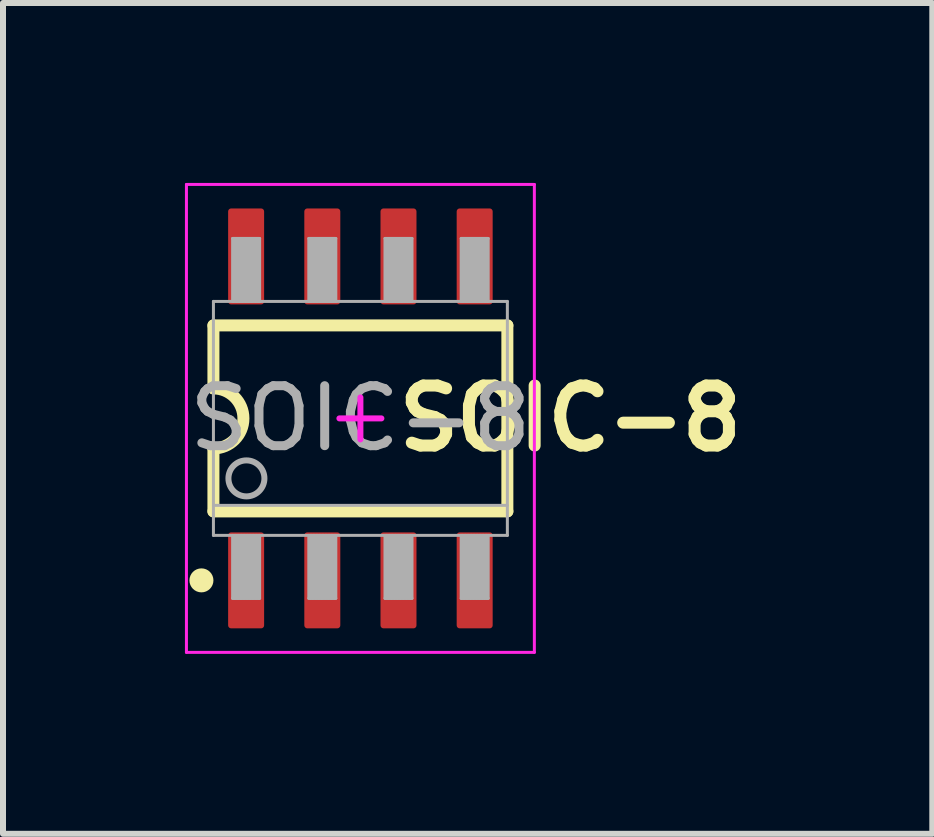
<source format=kicad_pcb>
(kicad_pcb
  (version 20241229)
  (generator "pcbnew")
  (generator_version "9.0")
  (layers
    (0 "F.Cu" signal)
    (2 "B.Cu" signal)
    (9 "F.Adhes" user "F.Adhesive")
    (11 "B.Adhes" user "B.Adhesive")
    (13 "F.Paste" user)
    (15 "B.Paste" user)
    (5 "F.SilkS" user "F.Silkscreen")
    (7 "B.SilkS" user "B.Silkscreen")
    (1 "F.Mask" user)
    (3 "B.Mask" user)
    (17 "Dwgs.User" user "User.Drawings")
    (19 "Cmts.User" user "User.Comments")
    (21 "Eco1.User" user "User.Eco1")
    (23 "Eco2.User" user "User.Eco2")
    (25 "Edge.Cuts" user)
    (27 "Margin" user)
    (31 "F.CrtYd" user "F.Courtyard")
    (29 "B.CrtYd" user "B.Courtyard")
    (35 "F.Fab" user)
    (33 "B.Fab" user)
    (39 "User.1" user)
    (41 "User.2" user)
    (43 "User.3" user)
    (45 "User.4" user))
  (footprint "SOIC-8"
    (layer "F.Cu")
    (at 2.958 3.925)
    (property "Reference" "SOIC-8" (at 3.5 0 0) (layer "F.SilkS") (effects (font (size 1 1) (thickness 0.2))))
    (attr through_hole)
    (fp_line (start -2.255 -3.45) (end -2.255 -1.95) (stroke (width 0.1) (type solid)) (layer "F.Mask"))
    (fp_line (start -2.205 -2.1) (end -2.205 -3) (stroke (width 0.1) (type solid)) (layer "F.Mask"))
    (fp_arc (start -2.254825 -3.45) (mid -2.225598 -3.520649) (end -2.155 -3.55) (stroke (width 0.1) (type solid)) (layer "F.Mask"))
    (fp_arc (start -2.155 -1.85) (mid -2.225649 -1.879227) (end -2.255 -1.949825) (stroke (width 0.1) (type solid)) (layer "F.Mask"))
    (fp_line (start -2.45 -1.55) (end 2.45 -1.55) (stroke (width 0.2) (type solid)) (layer "F.SilkS"))
    (fp_line (start -2.45 -0.5) (end -2.45 -1.55) (stroke (width 0.2) (type solid)) (layer "F.SilkS"))
    (fp_line (start -2.45 1.55) (end -2.45 0.5) (stroke (width 0.2) (type solid)) (layer "F.SilkS"))
    (fp_line (start 2.45 -1.55) (end 2.45 1.55) (stroke (width 0.2) (type solid)) (layer "F.SilkS"))
    (fp_line (start 2.45 1.55) (end -2.45 1.55) (stroke (width 0.2) (type solid)) (layer "F.SilkS"))
    (fp_arc (start -2.45 -0.5) (mid -1.95 0) (end -2.45 0.5) (stroke (width 0.2) (type solid)) (layer "F.SilkS"))
    (fp_circle (center -2.65 2.7) (end -2.55 2.7) (stroke (width 0.2) (type solid)) (fill no) (layer "F.SilkS"))
    (fp_line (start -2.9 -3.9) (end 2.9 -3.9) (stroke (width 0.05) (type solid)) (layer "F.CrtYd"))
    (fp_line (start -2.9 3.9) (end -2.9 -3.9) (stroke (width 0.05) (type solid)) (layer "F.CrtYd"))
    (fp_line (start -0.35 0) (end 0.35 0) (stroke (width 0.1) (type solid)) (layer "F.CrtYd"))
    (fp_line (start 0 -0.35) (end 0 0.35) (stroke (width 0.1) (type solid)) (layer "F.CrtYd"))
    (fp_line (start 2.9 -3.9) (end 2.9 3.9) (stroke (width 0.05) (type solid)) (layer "F.CrtYd"))
    (fp_line (start 2.9 3.9) (end -2.9 3.9) (stroke (width 0.05) (type solid)) (layer "F.CrtYd"))
    (fp_line (start -2.45 -1.95) (end -2.45 1.95) (stroke (width 0.05) (type solid)) (layer "F.Fab"))
    (fp_line (start -2.45 -1.95) (end 2.45 -1.95) (stroke (width 0.05) (type solid)) (layer "F.Fab"))
    (fp_line (start -2.45 1.45) (end 2.45 1.45) (stroke (width 0.05) (type solid)) (layer "F.Fab"))
    (fp_line (start -2.45 1.95) (end 2.45 1.95) (stroke (width 0.05) (type solid)) (layer "F.Fab"))
    (fp_line (start -2.13 -1.95) (end -2.13 -3) (stroke (width 0.05) (type solid)) (layer "F.Fab"))
    (fp_line (start -2.13 1.95) (end -2.13 3) (stroke (width 0.05) (type solid)) (layer "F.Fab"))
    (fp_line (start -2.13 3) (end -1.68 3) (stroke (width 0.05) (type solid)) (layer "F.Fab"))
    (fp_line (start -2.105 -1.95) (end -2.105 -3) (stroke (width 0.05) (type solid)) (layer "F.Fab"))
    (fp_line (start -2.105 1.95) (end -2.105 3) (stroke (width 0.05) (type solid)) (layer "F.Fab"))
    (fp_line (start -2.08 -1.95) (end -2.08 -3) (stroke (width 0.05) (type solid)) (layer "F.Fab"))
    (fp_line (start -2.08 1.95) (end -2.08 3) (stroke (width 0.05) (type solid)) (layer "F.Fab"))
    (fp_line (start -2.055 -1.95) (end -2.055 -3) (stroke (width 0.05) (type solid)) (layer "F.Fab"))
    (fp_line (start -2.055 1.95) (end -2.055 3) (stroke (width 0.05) (type solid)) (layer "F.Fab"))
    (fp_line (start -2.03 -1.95) (end -2.03 -3) (stroke (width 0.05) (type solid)) (layer "F.Fab"))
    (fp_line (start -2.03 1.95) (end -2.03 3) (stroke (width 0.05) (type solid)) (layer "F.Fab"))
    (fp_line (start -2.005 -1.95) (end -2.005 -3) (stroke (width 0.05) (type solid)) (layer "F.Fab"))
    (fp_line (start -2.005 1.95) (end -2.005 3) (stroke (width 0.05) (type solid)) (layer "F.Fab"))
    (fp_line (start -1.98 -1.95) (end -1.98 -3) (stroke (width 0.05) (type solid)) (layer "F.Fab"))
    (fp_line (start -1.98 1.95) (end -1.98 3) (stroke (width 0.05) (type solid)) (layer "F.Fab"))
    (fp_line (start -1.955 -1.95) (end -1.955 -3) (stroke (width 0.05) (type solid)) (layer "F.Fab"))
    (fp_line (start -1.955 1.95) (end -1.955 3) (stroke (width 0.05) (type solid)) (layer "F.Fab"))
    (fp_line (start -1.93 -1.95) (end -1.93 -3) (stroke (width 0.05) (type solid)) (layer "F.Fab"))
    (fp_line (start -1.93 1.95) (end -1.93 3) (stroke (width 0.05) (type solid)) (layer "F.Fab"))
    (fp_line (start -1.905 -1.95) (end -1.905 -3) (stroke (width 0.05) (type solid)) (layer "F.Fab"))
    (fp_line (start -1.905 1.95) (end -1.905 3) (stroke (width 0.05) (type solid)) (layer "F.Fab"))
    (fp_line (start -1.88 -1.95) (end -1.88 -3) (stroke (width 0.05) (type solid)) (layer "F.Fab"))
    (fp_line (start -1.88 1.95) (end -1.88 3) (stroke (width 0.05) (type solid)) (layer "F.Fab"))
    (fp_line (start -1.855 -1.95) (end -1.855 -3) (stroke (width 0.05) (type solid)) (layer "F.Fab"))
    (fp_line (start -1.855 1.95) (end -1.855 3) (stroke (width 0.05) (type solid)) (layer "F.Fab"))
    (fp_line (start -1.83 -1.95) (end -1.83 -3) (stroke (width 0.05) (type solid)) (layer "F.Fab"))
    (fp_line (start -1.83 1.95) (end -1.83 3) (stroke (width 0.05) (type solid)) (layer "F.Fab"))
    (fp_line (start -1.805 -1.95) (end -1.805 -3) (stroke (width 0.05) (type solid)) (layer "F.Fab"))
    (fp_line (start -1.805 1.95) (end -1.805 3) (stroke (width 0.05) (type solid)) (layer "F.Fab"))
    (fp_line (start -1.78 -1.95) (end -1.78 -3) (stroke (width 0.05) (type solid)) (layer "F.Fab"))
    (fp_line (start -1.78 1.95) (end -1.78 3) (stroke (width 0.05) (type solid)) (layer "F.Fab"))
    (fp_line (start -1.755 -1.95) (end -1.755 -3) (stroke (width 0.05) (type solid)) (layer "F.Fab"))
    (fp_line (start -1.755 1.95) (end -1.755 3) (stroke (width 0.05) (type solid)) (layer "F.Fab"))
    (fp_line (start -1.73 -1.95) (end -1.73 -3) (stroke (width 0.05) (type solid)) (layer "F.Fab"))
    (fp_line (start -1.73 1.95) (end -1.73 3) (stroke (width 0.05) (type solid)) (layer "F.Fab"))
    (fp_line (start -1.705 -1.95) (end -1.705 -3) (stroke (width 0.05) (type solid)) (layer "F.Fab"))
    (fp_line (start -1.705 1.95) (end -1.705 3) (stroke (width 0.05) (type solid)) (layer "F.Fab"))
    (fp_line (start -1.68 -3) (end -2.13 -3) (stroke (width 0.05) (type solid)) (layer "F.Fab"))
    (fp_line (start -1.68 -1.95) (end -1.68 -3) (stroke (width 0.05) (type solid)) (layer "F.Fab"))
    (fp_line (start -1.68 1.95) (end -1.68 3) (stroke (width 0.05) (type solid)) (layer "F.Fab"))
    (fp_line (start -0.86 -1.95) (end -0.86 -3) (stroke (width 0.05) (type solid)) (layer "F.Fab"))
    (fp_line (start -0.86 1.95) (end -0.86 3) (stroke (width 0.05) (type solid)) (layer "F.Fab"))
    (fp_line (start -0.86 3) (end -0.41 3) (stroke (width 0.05) (type solid)) (layer "F.Fab"))
    (fp_line (start -0.835 -1.95) (end -0.835 -3) (stroke (width 0.05) (type solid)) (layer "F.Fab"))
    (fp_line (start -0.835 1.95) (end -0.835 3) (stroke (width 0.05) (type solid)) (layer "F.Fab"))
    (fp_line (start -0.81 -1.95) (end -0.81 -3) (stroke (width 0.05) (type solid)) (layer "F.Fab"))
    (fp_line (start -0.81 1.95) (end -0.81 3) (stroke (width 0.05) (type solid)) (layer "F.Fab"))
    (fp_line (start -0.785 -1.95) (end -0.785 -3) (stroke (width 0.05) (type solid)) (layer "F.Fab"))
    (fp_line (start -0.785 1.95) (end -0.785 3) (stroke (width 0.05) (type solid)) (layer "F.Fab"))
    (fp_line (start -0.76 -1.95) (end -0.76 -3) (stroke (width 0.05) (type solid)) (layer "F.Fab"))
    (fp_line (start -0.76 1.95) (end -0.76 3) (stroke (width 0.05) (type solid)) (layer "F.Fab"))
    (fp_line (start -0.735 -1.95) (end -0.735 -3) (stroke (width 0.05) (type solid)) (layer "F.Fab"))
    (fp_line (start -0.735 1.95) (end -0.735 3) (stroke (width 0.05) (type solid)) (layer "F.Fab"))
    (fp_line (start -0.71 -1.95) (end -0.71 -3) (stroke (width 0.05) (type solid)) (layer "F.Fab"))
    (fp_line (start -0.71 1.95) (end -0.71 3) (stroke (width 0.05) (type solid)) (layer "F.Fab"))
    (fp_line (start -0.685 -1.95) (end -0.685 -3) (stroke (width 0.05) (type solid)) (layer "F.Fab"))
    (fp_line (start -0.685 1.95) (end -0.685 3) (stroke (width 0.05) (type solid)) (layer "F.Fab"))
    (fp_line (start -0.66 -1.95) (end -0.66 -3) (stroke (width 0.05) (type solid)) (layer "F.Fab"))
    (fp_line (start -0.66 1.95) (end -0.66 3) (stroke (width 0.05) (type solid)) (layer "F.Fab"))
    (fp_line (start -0.635 -1.95) (end -0.635 -3) (stroke (width 0.05) (type solid)) (layer "F.Fab"))
    (fp_line (start -0.635 1.95) (end -0.635 3) (stroke (width 0.05) (type solid)) (layer "F.Fab"))
    (fp_line (start -0.61 -1.95) (end -0.61 -3) (stroke (width 0.05) (type solid)) (layer "F.Fab"))
    (fp_line (start -0.61 1.95) (end -0.61 3) (stroke (width 0.05) (type solid)) (layer "F.Fab"))
    (fp_line (start -0.585 -1.95) (end -0.585 -3) (stroke (width 0.05) (type solid)) (layer "F.Fab"))
    (fp_line (start -0.585 1.95) (end -0.585 3) (stroke (width 0.05) (type solid)) (layer "F.Fab"))
    (fp_line (start -0.56 -1.95) (end -0.56 -3) (stroke (width 0.05) (type solid)) (layer "F.Fab"))
    (fp_line (start -0.56 1.95) (end -0.56 3) (stroke (width 0.05) (type solid)) (layer "F.Fab"))
    (fp_line (start -0.535 -1.95) (end -0.535 -3) (stroke (width 0.05) (type solid)) (layer "F.Fab"))
    (fp_line (start -0.535 1.95) (end -0.535 3) (stroke (width 0.05) (type solid)) (layer "F.Fab"))
    (fp_line (start -0.51 -1.95) (end -0.51 -3) (stroke (width 0.05) (type solid)) (layer "F.Fab"))
    (fp_line (start -0.51 1.95) (end -0.51 3) (stroke (width 0.05) (type solid)) (layer "F.Fab"))
    (fp_line (start -0.485 -1.95) (end -0.485 -3) (stroke (width 0.05) (type solid)) (layer "F.Fab"))
    (fp_line (start -0.485 1.95) (end -0.485 3) (stroke (width 0.05) (type solid)) (layer "F.Fab"))
    (fp_line (start -0.46 -1.95) (end -0.46 -3) (stroke (width 0.05) (type solid)) (layer "F.Fab"))
    (fp_line (start -0.46 1.95) (end -0.46 3) (stroke (width 0.05) (type solid)) (layer "F.Fab"))
    (fp_line (start -0.435 -1.95) (end -0.435 -3) (stroke (width 0.05) (type solid)) (layer "F.Fab"))
    (fp_line (start -0.435 1.95) (end -0.435 3) (stroke (width 0.05) (type solid)) (layer "F.Fab"))
    (fp_line (start -0.41 -3) (end -0.86 -3) (stroke (width 0.05) (type solid)) (layer "F.Fab"))
    (fp_line (start -0.41 -1.95) (end -0.41 -3) (stroke (width 0.05) (type solid)) (layer "F.Fab"))
    (fp_line (start -0.41 1.95) (end -0.41 3) (stroke (width 0.05) (type solid)) (layer "F.Fab"))
    (fp_line (start 0.41 -1.95) (end 0.41 -3) (stroke (width 0.05) (type solid)) (layer "F.Fab"))
    (fp_line (start 0.41 1.95) (end 0.41 3) (stroke (width 0.05) (type solid)) (layer "F.Fab"))
    (fp_line (start 0.41 3) (end 0.86 3) (stroke (width 0.05) (type solid)) (layer "F.Fab"))
    (fp_line (start 0.435 -1.95) (end 0.435 -3) (stroke (width 0.05) (type solid)) (layer "F.Fab"))
    (fp_line (start 0.435 1.95) (end 0.435 3) (stroke (width 0.05) (type solid)) (layer "F.Fab"))
    (fp_line (start 0.46 -1.95) (end 0.46 -3) (stroke (width 0.05) (type solid)) (layer "F.Fab"))
    (fp_line (start 0.46 1.95) (end 0.46 3) (stroke (width 0.05) (type solid)) (layer "F.Fab"))
    (fp_line (start 0.485 -1.95) (end 0.485 -3) (stroke (width 0.05) (type solid)) (layer "F.Fab"))
    (fp_line (start 0.485 1.95) (end 0.485 3) (stroke (width 0.05) (type solid)) (layer "F.Fab"))
    (fp_line (start 0.51 -1.95) (end 0.51 -3) (stroke (width 0.05) (type solid)) (layer "F.Fab"))
    (fp_line (start 0.51 1.95) (end 0.51 3) (stroke (width 0.05) (type solid)) (layer "F.Fab"))
    (fp_line (start 0.535 -1.95) (end 0.535 -3) (stroke (width 0.05) (type solid)) (layer "F.Fab"))
    (fp_line (start 0.535 1.95) (end 0.535 3) (stroke (width 0.05) (type solid)) (layer "F.Fab"))
    (fp_line (start 0.56 -1.95) (end 0.56 -3) (stroke (width 0.05) (type solid)) (layer "F.Fab"))
    (fp_line (start 0.56 1.95) (end 0.56 3) (stroke (width 0.05) (type solid)) (layer "F.Fab"))
    (fp_line (start 0.585 -1.95) (end 0.585 -3) (stroke (width 0.05) (type solid)) (layer "F.Fab"))
    (fp_line (start 0.585 1.95) (end 0.585 3) (stroke (width 0.05) (type solid)) (layer "F.Fab"))
    (fp_line (start 0.61 -1.95) (end 0.61 -3) (stroke (width 0.05) (type solid)) (layer "F.Fab"))
    (fp_line (start 0.61 1.95) (end 0.61 3) (stroke (width 0.05) (type solid)) (layer "F.Fab"))
    (fp_line (start 0.635 -1.95) (end 0.635 -3) (stroke (width 0.05) (type solid)) (layer "F.Fab"))
    (fp_line (start 0.635 1.95) (end 0.635 3) (stroke (width 0.05) (type solid)) (layer "F.Fab"))
    (fp_line (start 0.66 -1.95) (end 0.66 -3) (stroke (width 0.05) (type solid)) (layer "F.Fab"))
    (fp_line (start 0.66 1.95) (end 0.66 3) (stroke (width 0.05) (type solid)) (layer "F.Fab"))
    (fp_line (start 0.685 -1.95) (end 0.685 -3) (stroke (width 0.05) (type solid)) (layer "F.Fab"))
    (fp_line (start 0.685 1.95) (end 0.685 3) (stroke (width 0.05) (type solid)) (layer "F.Fab"))
    (fp_line (start 0.71 -1.95) (end 0.71 -3) (stroke (width 0.05) (type solid)) (layer "F.Fab"))
    (fp_line (start 0.71 1.95) (end 0.71 3) (stroke (width 0.05) (type solid)) (layer "F.Fab"))
    (fp_line (start 0.735 -1.95) (end 0.735 -3) (stroke (width 0.05) (type solid)) (layer "F.Fab"))
    (fp_line (start 0.735 1.95) (end 0.735 3) (stroke (width 0.05) (type solid)) (layer "F.Fab"))
    (fp_line (start 0.76 -1.95) (end 0.76 -3) (stroke (width 0.05) (type solid)) (layer "F.Fab"))
    (fp_line (start 0.76 1.95) (end 0.76 3) (stroke (width 0.05) (type solid)) (layer "F.Fab"))
    (fp_line (start 0.785 -1.95) (end 0.785 -3) (stroke (width 0.05) (type solid)) (layer "F.Fab"))
    (fp_line (start 0.785 1.95) (end 0.785 3) (stroke (width 0.05) (type solid)) (layer "F.Fab"))
    (fp_line (start 0.81 -1.95) (end 0.81 -3) (stroke (width 0.05) (type solid)) (layer "F.Fab"))
    (fp_line (start 0.81 1.95) (end 0.81 3) (stroke (width 0.05) (type solid)) (layer "F.Fab"))
    (fp_line (start 0.835 -1.95) (end 0.835 -3) (stroke (width 0.05) (type solid)) (layer "F.Fab"))
    (fp_line (start 0.835 1.95) (end 0.835 3) (stroke (width 0.05) (type solid)) (layer "F.Fab"))
    (fp_line (start 0.86 -3) (end 0.41 -3) (stroke (width 0.05) (type solid)) (layer "F.Fab"))
    (fp_line (start 0.86 -1.95) (end 0.86 -3) (stroke (width 0.05) (type solid)) (layer "F.Fab"))
    (fp_line (start 0.86 1.95) (end 0.86 3) (stroke (width 0.05) (type solid)) (layer "F.Fab"))
    (fp_line (start 1.68 -1.95) (end 1.68 -3) (stroke (width 0.05) (type solid)) (layer "F.Fab"))
    (fp_line (start 1.68 1.95) (end 1.68 3) (stroke (width 0.05) (type solid)) (layer "F.Fab"))
    (fp_line (start 1.68 3) (end 2.13 3) (stroke (width 0.05) (type solid)) (layer "F.Fab"))
    (fp_line (start 1.705 -1.95) (end 1.705 -3) (stroke (width 0.05) (type solid)) (layer "F.Fab"))
    (fp_line (start 1.705 1.95) (end 1.705 3) (stroke (width 0.05) (type solid)) (layer "F.Fab"))
    (fp_line (start 1.73 -1.95) (end 1.73 -3) (stroke (width 0.05) (type solid)) (layer "F.Fab"))
    (fp_line (start 1.73 1.95) (end 1.73 3) (stroke (width 0.05) (type solid)) (layer "F.Fab"))
    (fp_line (start 1.755 -1.95) (end 1.755 -3) (stroke (width 0.05) (type solid)) (layer "F.Fab"))
    (fp_line (start 1.755 1.95) (end 1.755 3) (stroke (width 0.05) (type solid)) (layer "F.Fab"))
    (fp_line (start 1.78 -1.95) (end 1.78 -3) (stroke (width 0.05) (type solid)) (layer "F.Fab"))
    (fp_line (start 1.78 1.95) (end 1.78 3) (stroke (width 0.05) (type solid)) (layer "F.Fab"))
    (fp_line (start 1.805 -1.95) (end 1.805 -3) (stroke (width 0.05) (type solid)) (layer "F.Fab"))
    (fp_line (start 1.805 1.95) (end 1.805 3) (stroke (width 0.05) (type solid)) (layer "F.Fab"))
    (fp_line (start 1.83 -1.95) (end 1.83 -3) (stroke (width 0.05) (type solid)) (layer "F.Fab"))
    (fp_line (start 1.83 1.95) (end 1.83 3) (stroke (width 0.05) (type solid)) (layer "F.Fab"))
    (fp_line (start 1.855 -1.95) (end 1.855 -3) (stroke (width 0.05) (type solid)) (layer "F.Fab"))
    (fp_line (start 1.855 1.95) (end 1.855 3) (stroke (width 0.05) (type solid)) (layer "F.Fab"))
    (fp_line (start 1.88 -1.95) (end 1.88 -3) (stroke (width 0.05) (type solid)) (layer "F.Fab"))
    (fp_line (start 1.88 1.95) (end 1.88 3) (stroke (width 0.05) (type solid)) (layer "F.Fab"))
    (fp_line (start 1.905 -1.95) (end 1.905 -3) (stroke (width 0.05) (type solid)) (layer "F.Fab"))
    (fp_line (start 1.905 1.95) (end 1.905 3) (stroke (width 0.05) (type solid)) (layer "F.Fab"))
    (fp_line (start 1.93 -1.95) (end 1.93 -3) (stroke (width 0.05) (type solid)) (layer "F.Fab"))
    (fp_line (start 1.93 1.95) (end 1.93 3) (stroke (width 0.05) (type solid)) (layer "F.Fab"))
    (fp_line (start 1.955 -1.95) (end 1.955 -3) (stroke (width 0.05) (type solid)) (layer "F.Fab"))
    (fp_line (start 1.955 1.95) (end 1.955 3) (stroke (width 0.05) (type solid)) (layer "F.Fab"))
    (fp_line (start 1.98 -1.95) (end 1.98 -3) (stroke (width 0.05) (type solid)) (layer "F.Fab"))
    (fp_line (start 1.98 1.95) (end 1.98 3) (stroke (width 0.05) (type solid)) (layer "F.Fab"))
    (fp_line (start 2.005 -1.95) (end 2.005 -3) (stroke (width 0.05) (type solid)) (layer "F.Fab"))
    (fp_line (start 2.005 1.95) (end 2.005 3) (stroke (width 0.05) (type solid)) (layer "F.Fab"))
    (fp_line (start 2.03 -1.95) (end 2.03 -3) (stroke (width 0.05) (type solid)) (layer "F.Fab"))
    (fp_line (start 2.03 1.95) (end 2.03 3) (stroke (width 0.05) (type solid)) (layer "F.Fab"))
    (fp_line (start 2.055 -1.95) (end 2.055 -3) (stroke (width 0.05) (type solid)) (layer "F.Fab"))
    (fp_line (start 2.055 1.95) (end 2.055 3) (stroke (width 0.05) (type solid)) (layer "F.Fab"))
    (fp_line (start 2.08 -1.95) (end 2.08 -3) (stroke (width 0.05) (type solid)) (layer "F.Fab"))
    (fp_line (start 2.08 1.95) (end 2.08 3) (stroke (width 0.05) (type solid)) (layer "F.Fab"))
    (fp_line (start 2.105 -1.95) (end 2.105 -3) (stroke (width 0.05) (type solid)) (layer "F.Fab"))
    (fp_line (start 2.105 1.95) (end 2.105 3) (stroke (width 0.05) (type solid)) (layer "F.Fab"))
    (fp_line (start 2.13 -3) (end 1.68 -3) (stroke (width 0.05) (type solid)) (layer "F.Fab"))
    (fp_line (start 2.13 -1.95) (end 2.13 -3) (stroke (width 0.05) (type solid)) (layer "F.Fab"))
    (fp_line (start 2.13 1.95) (end 2.13 3) (stroke (width 0.05) (type solid)) (layer "F.Fab"))
    (fp_line (start 2.45 -1.95) (end 2.45 1.95) (stroke (width 0.05) (type solid)) (layer "F.Fab"))
    (fp_circle (center -1.9 1) (end -1.6 1) (stroke (width 0.1) (type solid)) (fill no) (layer "F.Fab"))
    (fp_text user "${REFERENCE}" (at 0 0 0) (layer "F.Fab") (effects (font (size 1 1) (thickness 0.15))))
    (pad "1" smd roundrect (at -1.905 2.7) (size 0.6 1.6) (layers "F.Cu" "F.Mask" "F.Paste") (roundrect_rratio 0.083))
    (pad "2" smd roundrect (at -0.635 2.7) (size 0.6 1.6) (layers "F.Cu" "F.Mask" "F.Paste") (roundrect_rratio 0.083))
    (pad "3" smd roundrect (at 0.635 2.7) (size 0.6 1.6) (layers "F.Cu" "F.Mask" "F.Paste") (roundrect_rratio 0.083))
    (pad "4" smd roundrect (at 1.905 2.7) (size 0.6 1.6) (layers "F.Cu" "F.Mask" "F.Paste") (roundrect_rratio 0.083))
    (pad "5" smd roundrect (at 1.905 -2.7) (size 0.6 1.6) (layers "F.Cu" "F.Mask" "F.Paste") (roundrect_rratio 0.083))
    (pad "6" smd roundrect (at 0.635 -2.7) (size 0.6 1.6) (layers "F.Cu" "F.Mask" "F.Paste") (roundrect_rratio 0.083))
    (pad "7" smd roundrect (at -0.635 -2.7) (size 0.6 1.6) (layers "F.Cu" "F.Mask" "F.Paste") (roundrect_rratio 0.083))
    (pad "8" smd roundrect (at -1.905 -2.7) (size 0.6 1.6) (layers "F.Cu" "F.Mask" "F.Paste") (roundrect_rratio 0.083)))
  (gr_rect
    (start -3 -3)
    (end 12.492 10.85)
    (stroke (width 0.1) (type default))
    (fill no)
    (layer "Edge.Cuts")))
</source>
